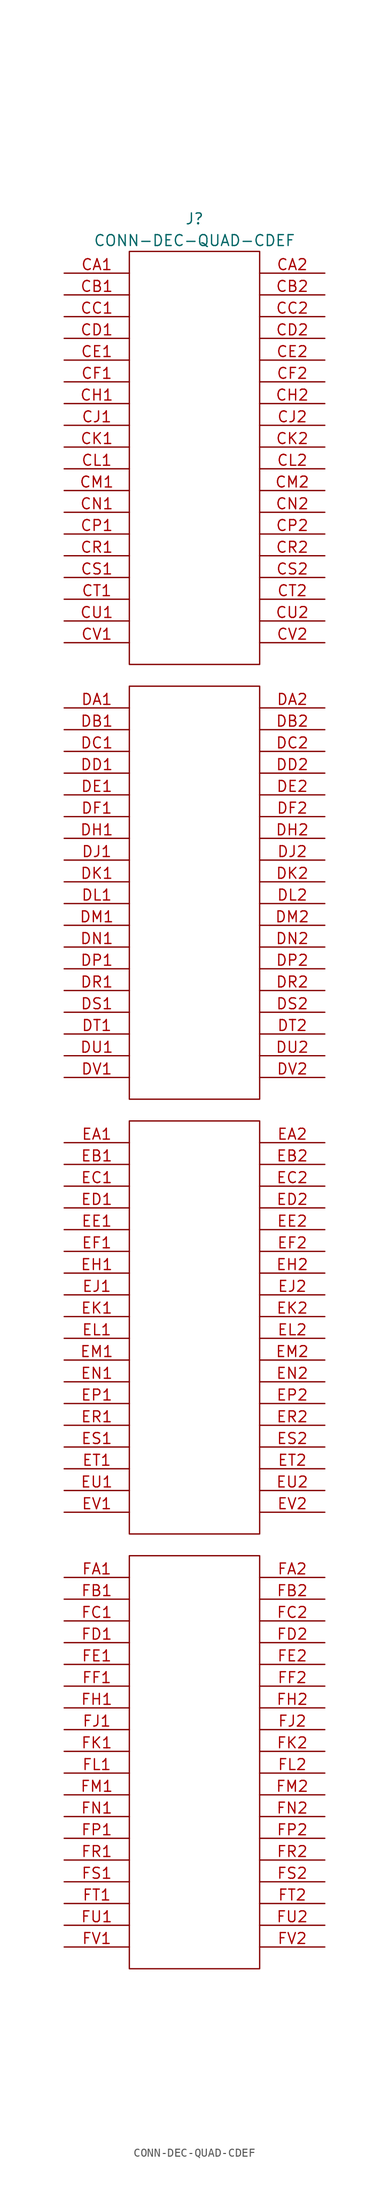
<source format=kicad_sym>
(kicad_symbol_lib
  (version 20220914)
  (generator kicad_symbol_editor)
  (symbol "CONN-DEC-QUAD-CDEF"
    (pin_names
      (offset 1.016) hide)
    (property "Reference" "J"
      (at 0 26.67 0)
      (effects (font (size 1.27 1.27))))
    (property "Value" "CONN-DEC-QUAD-CDEF"
      (at 0 24.13 0)
      (effects (font (size 1.27 1.27))))
    (property "Footprint" ""
      (at -5.08 24.13 0)
      (effects (font (size 1.524 1.524))))
    (property "Datasheet" ""
      (at -5.08 24.13 0)
      (effects (font (size 1.524 1.524))))
    (symbol "CONN-DEC-QUAD-CDEF_0_0"
      (rectangle (start -7.62 -177.8) (end 7.62 -129.54) (stroke (width 0) (type solid)) (fill (type none)))
      (rectangle (start -7.62 -127) (end 7.62 -78.74) (stroke (width 0) (type solid)) (fill (type none)))
      (rectangle (start -7.62 -76.2) (end 7.62 -27.94) (stroke (width 0) (type solid)) (fill (type none)))
      (rectangle (start -7.62 -25.4) (end 7.62 22.86) (stroke (width 0) (type solid)) (fill (type none))))
    (symbol "CONN-DEC-QUAD-CDEF_1_1"
      (pin passive line (at -15.24 20.32 0) (length 7.62) (name "~" (effects (font (size 1.27 1.27)))) (number "CA1" (effects (font (size 1.27 1.27)))))
      (pin passive line (at 15.24 20.32 180) (length 7.62) (name "~" (effects (font (size 1.27 1.27)))) (number "CA2" (effects (font (size 1.27 1.27)))))
      (pin passive line (at -15.24 17.78 0) (length 7.62) (name "~" (effects (font (size 1.27 1.27)))) (number "CB1" (effects (font (size 1.27 1.27)))))
      (pin passive line (at 15.24 17.78 180) (length 7.62) (name "~" (effects (font (size 1.27 1.27)))) (number "CB2" (effects (font (size 1.27 1.27)))))
      (pin passive line (at -15.24 15.24 0) (length 7.62) (name "~" (effects (font (size 1.27 1.27)))) (number "CC1" (effects (font (size 1.27 1.27)))))
      (pin passive line (at 15.24 15.24 180) (length 7.62) (name "~" (effects (font (size 1.27 1.27)))) (number "CC2" (effects (font (size 1.27 1.27)))))
      (pin passive line (at -15.24 12.7 0) (length 7.62) (name "~" (effects (font (size 1.27 1.27)))) (number "CD1" (effects (font (size 1.27 1.27)))))
      (pin passive line (at 15.24 12.7 180) (length 7.62) (name "~" (effects (font (size 1.27 1.27)))) (number "CD2" (effects (font (size 1.27 1.27)))))
      (pin passive line (at -15.24 10.16 0) (length 7.62) (name "~" (effects (font (size 1.27 1.27)))) (number "CE1" (effects (font (size 1.27 1.27)))))
      (pin passive line (at 15.24 10.16 180) (length 7.62) (name "~" (effects (font (size 1.27 1.27)))) (number "CE2" (effects (font (size 1.27 1.27)))))
      (pin passive line (at -15.24 7.62 0) (length 7.62) (name "~" (effects (font (size 1.27 1.27)))) (number "CF1" (effects (font (size 1.27 1.27)))))
      (pin passive line (at 15.24 7.62 180) (length 7.62) (name "~" (effects (font (size 1.27 1.27)))) (number "CF2" (effects (font (size 1.27 1.27)))))
      (pin passive line (at -15.24 5.08 0) (length 7.62) (name "~" (effects (font (size 1.27 1.27)))) (number "CH1" (effects (font (size 1.27 1.27)))))
      (pin passive line (at 15.24 5.08 180) (length 7.62) (name "~" (effects (font (size 1.27 1.27)))) (number "CH2" (effects (font (size 1.27 1.27)))))
      (pin passive line (at -15.24 2.54 0) (length 7.62) (name "~" (effects (font (size 1.27 1.27)))) (number "CJ1" (effects (font (size 1.27 1.27)))))
      (pin input line (at 15.24 2.54 180) (length 7.62) (name "~" (effects (font (size 1.27 1.27)))) (number "CJ2" (effects (font (size 1.27 1.27)))))
      (pin passive line (at -15.24 0 0) (length 7.62) (name "~" (effects (font (size 1.27 1.27)))) (number "CK1" (effects (font (size 1.27 1.27)))))
      (pin passive line (at 15.24 0 180) (length 7.62) (name "~" (effects (font (size 1.27 1.27)))) (number "CK2" (effects (font (size 1.27 1.27)))))
      (pin passive line (at -15.24 -2.54 0) (length 7.62) (name "~" (effects (font (size 1.27 1.27)))) (number "CL1" (effects (font (size 1.27 1.27)))))
      (pin passive line (at 15.24 -2.54 180) (length 7.62) (name "~" (effects (font (size 1.27 1.27)))) (number "CL2" (effects (font (size 1.27 1.27)))))
      (pin passive line (at -15.24 -5.08 0) (length 7.62) (name "~" (effects (font (size 1.27 1.27)))) (number "CM1" (effects (font (size 1.27 1.27)))))
      (pin passive line (at 15.24 -5.08 180) (length 7.62) (name "~" (effects (font (size 1.27 1.27)))) (number "CM2" (effects (font (size 1.27 1.27)))))
      (pin passive line (at -15.24 -7.62 0) (length 7.62) (name "~" (effects (font (size 1.27 1.27)))) (number "CN1" (effects (font (size 1.27 1.27)))))
      (pin passive line (at 15.24 -7.62 180) (length 7.62) (name "~" (effects (font (size 1.27 1.27)))) (number "CN2" (effects (font (size 1.27 1.27)))))
      (pin passive line (at -15.24 -10.16 0) (length 7.62) (name "~" (effects (font (size 1.27 1.27)))) (number "CP1" (effects (font (size 1.27 1.27)))))
      (pin passive line (at 15.24 -10.16 180) (length 7.62) (name "~" (effects (font (size 1.27 1.27)))) (number "CP2" (effects (font (size 1.27 1.27)))))
      (pin passive line (at -15.24 -12.7 0) (length 7.62) (name "~" (effects (font (size 1.27 1.27)))) (number "CR1" (effects (font (size 1.27 1.27)))))
      (pin passive line (at 15.24 -12.7 180) (length 7.62) (name "~" (effects (font (size 1.27 1.27)))) (number "CR2" (effects (font (size 1.27 1.27)))))
      (pin passive line (at -15.24 -15.24 0) (length 7.62) (name "~" (effects (font (size 1.27 1.27)))) (number "CS1" (effects (font (size 1.27 1.27)))))
      (pin passive line (at 15.24 -15.24 180) (length 7.62) (name "~" (effects (font (size 1.27 1.27)))) (number "CS2" (effects (font (size 1.27 1.27)))))
      (pin passive line (at -15.24 -17.78 0) (length 7.62) (name "~" (effects (font (size 1.27 1.27)))) (number "CT1" (effects (font (size 1.27 1.27)))))
      (pin passive line (at 15.24 -17.78 180) (length 7.62) (name "~" (effects (font (size 1.27 1.27)))) (number "CT2" (effects (font (size 1.27 1.27)))))
      (pin passive line (at -15.24 -20.32 0) (length 7.62) (name "~" (effects (font (size 1.27 1.27)))) (number "CU1" (effects (font (size 1.27 1.27)))))
      (pin passive line (at 15.24 -20.32 180) (length 7.62) (name "~" (effects (font (size 1.27 1.27)))) (number "CU2" (effects (font (size 1.27 1.27)))))
      (pin passive line (at -15.24 -22.86 0) (length 7.62) (name "~" (effects (font (size 1.27 1.27)))) (number "CV1" (effects (font (size 1.27 1.27)))))
      (pin passive line (at 15.24 -22.86 180) (length 7.62) (name "~" (effects (font (size 1.27 1.27)))) (number "CV2" (effects (font (size 1.27 1.27)))))
      (pin passive line (at -15.24 -30.48 0) (length 7.62) (name "~" (effects (font (size 1.27 1.27)))) (number "DA1" (effects (font (size 1.27 1.27)))))
      (pin passive line (at 15.24 -30.48 180) (length 7.62) (name "~" (effects (font (size 1.27 1.27)))) (number "DA2" (effects (font (size 1.27 1.27)))))
      (pin passive line (at -15.24 -33.02 0) (length 7.62) (name "~" (effects (font (size 1.27 1.27)))) (number "DB1" (effects (font (size 1.27 1.27)))))
      (pin passive line (at 15.24 -33.02 180) (length 7.62) (name "~" (effects (font (size 1.27 1.27)))) (number "DB2" (effects (font (size 1.27 1.27)))))
      (pin passive line (at -15.24 -35.56 0) (length 7.62) (name "~" (effects (font (size 1.27 1.27)))) (number "DC1" (effects (font (size 1.27 1.27)))))
      (pin passive line (at 15.24 -35.56 180) (length 7.62) (name "~" (effects (font (size 1.27 1.27)))) (number "DC2" (effects (font (size 1.27 1.27)))))
      (pin passive line (at -15.24 -38.1 0) (length 7.62) (name "~" (effects (font (size 1.27 1.27)))) (number "DD1" (effects (font (size 1.27 1.27)))))
      (pin passive line (at 15.24 -38.1 180) (length 7.62) (name "~" (effects (font (size 1.27 1.27)))) (number "DD2" (effects (font (size 1.27 1.27)))))
      (pin passive line (at -15.24 -40.64 0) (length 7.62) (name "~" (effects (font (size 1.27 1.27)))) (number "DE1" (effects (font (size 1.27 1.27)))))
      (pin passive line (at 15.24 -40.64 180) (length 7.62) (name "~" (effects (font (size 1.27 1.27)))) (number "DE2" (effects (font (size 1.27 1.27)))))
      (pin passive line (at -15.24 -43.18 0) (length 7.62) (name "~" (effects (font (size 1.27 1.27)))) (number "DF1" (effects (font (size 1.27 1.27)))))
      (pin passive line (at 15.24 -43.18 180) (length 7.62) (name "~" (effects (font (size 1.27 1.27)))) (number "DF2" (effects (font (size 1.27 1.27)))))
      (pin passive line (at -15.24 -45.72 0) (length 7.62) (name "~" (effects (font (size 1.27 1.27)))) (number "DH1" (effects (font (size 1.27 1.27)))))
      (pin passive line (at 15.24 -45.72 180) (length 7.62) (name "~" (effects (font (size 1.27 1.27)))) (number "DH2" (effects (font (size 1.27 1.27)))))
      (pin passive line (at -15.24 -48.26 0) (length 7.62) (name "~" (effects (font (size 1.27 1.27)))) (number "DJ1" (effects (font (size 1.27 1.27)))))
      (pin passive line (at 15.24 -48.26 180) (length 7.62) (name "~" (effects (font (size 1.27 1.27)))) (number "DJ2" (effects (font (size 1.27 1.27)))))
      (pin passive line (at -15.24 -50.8 0) (length 7.62) (name "~" (effects (font (size 1.27 1.27)))) (number "DK1" (effects (font (size 1.27 1.27)))))
      (pin passive line (at 15.24 -50.8 180) (length 7.62) (name "~" (effects (font (size 1.27 1.27)))) (number "DK2" (effects (font (size 1.27 1.27)))))
      (pin passive line (at -15.24 -53.34 0) (length 7.62) (name "~" (effects (font (size 1.27 1.27)))) (number "DL1" (effects (font (size 1.27 1.27)))))
      (pin passive line (at 15.24 -53.34 180) (length 7.62) (name "~" (effects (font (size 1.27 1.27)))) (number "DL2" (effects (font (size 1.27 1.27)))))
      (pin passive line (at -15.24 -55.88 0) (length 7.62) (name "~" (effects (font (size 1.27 1.27)))) (number "DM1" (effects (font (size 1.27 1.27)))))
      (pin passive line (at 15.24 -55.88 180) (length 7.62) (name "~" (effects (font (size 1.27 1.27)))) (number "DM2" (effects (font (size 1.27 1.27)))))
      (pin passive line (at -15.24 -58.42 0) (length 7.62) (name "~" (effects (font (size 1.27 1.27)))) (number "DN1" (effects (font (size 1.27 1.27)))))
      (pin passive line (at 15.24 -58.42 180) (length 7.62) (name "~" (effects (font (size 1.27 1.27)))) (number "DN2" (effects (font (size 1.27 1.27)))))
      (pin passive line (at -15.24 -60.96 0) (length 7.62) (name "~" (effects (font (size 1.27 1.27)))) (number "DP1" (effects (font (size 1.27 1.27)))))
      (pin passive line (at 15.24 -60.96 180) (length 7.62) (name "~" (effects (font (size 1.27 1.27)))) (number "DP2" (effects (font (size 1.27 1.27)))))
      (pin passive line (at -15.24 -63.5 0) (length 7.62) (name "~" (effects (font (size 1.27 1.27)))) (number "DR1" (effects (font (size 1.27 1.27)))))
      (pin passive line (at 15.24 -63.5 180) (length 7.62) (name "~" (effects (font (size 1.27 1.27)))) (number "DR2" (effects (font (size 1.27 1.27)))))
      (pin passive line (at -15.24 -66.04 0) (length 7.62) (name "~" (effects (font (size 1.27 1.27)))) (number "DS1" (effects (font (size 1.27 1.27)))))
      (pin passive line (at 15.24 -66.04 180) (length 7.62) (name "~" (effects (font (size 1.27 1.27)))) (number "DS2" (effects (font (size 1.27 1.27)))))
      (pin passive line (at -15.24 -68.58 0) (length 7.62) (name "~" (effects (font (size 1.27 1.27)))) (number "DT1" (effects (font (size 1.27 1.27)))))
      (pin passive line (at 15.24 -68.58 180) (length 7.62) (name "~" (effects (font (size 1.27 1.27)))) (number "DT2" (effects (font (size 1.27 1.27)))))
      (pin passive line (at -15.24 -71.12 0) (length 7.62) (name "~" (effects (font (size 1.27 1.27)))) (number "DU1" (effects (font (size 1.27 1.27)))))
      (pin passive line (at 15.24 -71.12 180) (length 7.62) (name "~" (effects (font (size 1.27 1.27)))) (number "DU2" (effects (font (size 1.27 1.27)))))
      (pin passive line (at -15.24 -73.66 0) (length 7.62) (name "~" (effects (font (size 1.27 1.27)))) (number "DV1" (effects (font (size 1.27 1.27)))))
      (pin open_collector line (at 15.24 -73.66 180) (length 7.62) (name "~" (effects (font (size 1.27 1.27)))) (number "DV2" (effects (font (size 1.27 1.27)))))
      (pin passive line (at -15.24 -81.28 0) (length 7.62) (name "~" (effects (font (size 1.27 1.27)))) (number "EA1" (effects (font (size 1.27 1.27)))))
      (pin passive line (at 15.24 -81.28 180) (length 7.62) (name "~" (effects (font (size 1.27 1.27)))) (number "EA2" (effects (font (size 1.27 1.27)))))
      (pin passive line (at -15.24 -83.82 0) (length 7.62) (name "~" (effects (font (size 1.27 1.27)))) (number "EB1" (effects (font (size 1.27 1.27)))))
      (pin passive line (at 15.24 -83.82 180) (length 7.62) (name "~" (effects (font (size 1.27 1.27)))) (number "EB2" (effects (font (size 1.27 1.27)))))
      (pin passive line (at -15.24 -86.36 0) (length 7.62) (name "~" (effects (font (size 1.27 1.27)))) (number "EC1" (effects (font (size 1.27 1.27)))))
      (pin passive line (at 15.24 -86.36 180) (length 7.62) (name "~" (effects (font (size 1.27 1.27)))) (number "EC2" (effects (font (size 1.27 1.27)))))
      (pin passive line (at -15.24 -88.9 0) (length 7.62) (name "~" (effects (font (size 1.27 1.27)))) (number "ED1" (effects (font (size 1.27 1.27)))))
      (pin passive line (at 15.24 -88.9 180) (length 7.62) (name "~" (effects (font (size 1.27 1.27)))) (number "ED2" (effects (font (size 1.27 1.27)))))
      (pin passive line (at -15.24 -91.44 0) (length 7.62) (name "~" (effects (font (size 1.27 1.27)))) (number "EE1" (effects (font (size 1.27 1.27)))))
      (pin passive line (at 15.24 -91.44 180) (length 7.62) (name "~" (effects (font (size 1.27 1.27)))) (number "EE2" (effects (font (size 1.27 1.27)))))
      (pin passive line (at -15.24 -93.98 0) (length 7.62) (name "~" (effects (font (size 1.27 1.27)))) (number "EF1" (effects (font (size 1.27 1.27)))))
      (pin passive line (at 15.24 -93.98 180) (length 7.62) (name "~" (effects (font (size 1.27 1.27)))) (number "EF2" (effects (font (size 1.27 1.27)))))
      (pin passive line (at -15.24 -96.52 0) (length 7.62) (name "~" (effects (font (size 1.27 1.27)))) (number "EH1" (effects (font (size 1.27 1.27)))))
      (pin passive line (at 15.24 -96.52 180) (length 7.62) (name "~" (effects (font (size 1.27 1.27)))) (number "EH2" (effects (font (size 1.27 1.27)))))
      (pin passive line (at -15.24 -99.06 0) (length 7.62) (name "~" (effects (font (size 1.27 1.27)))) (number "EJ1" (effects (font (size 1.27 1.27)))))
      (pin input line (at 15.24 -99.06 180) (length 7.62) (name "~" (effects (font (size 1.27 1.27)))) (number "EJ2" (effects (font (size 1.27 1.27)))))
      (pin passive line (at -15.24 -101.6 0) (length 7.62) (name "~" (effects (font (size 1.27 1.27)))) (number "EK1" (effects (font (size 1.27 1.27)))))
      (pin passive line (at 15.24 -101.6 180) (length 7.62) (name "~" (effects (font (size 1.27 1.27)))) (number "EK2" (effects (font (size 1.27 1.27)))))
      (pin passive line (at -15.24 -104.14 0) (length 7.62) (name "~" (effects (font (size 1.27 1.27)))) (number "EL1" (effects (font (size 1.27 1.27)))))
      (pin passive line (at 15.24 -104.14 180) (length 7.62) (name "~" (effects (font (size 1.27 1.27)))) (number "EL2" (effects (font (size 1.27 1.27)))))
      (pin passive line (at -15.24 -106.68 0) (length 7.62) (name "~" (effects (font (size 1.27 1.27)))) (number "EM1" (effects (font (size 1.27 1.27)))))
      (pin passive line (at 15.24 -106.68 180) (length 7.62) (name "~" (effects (font (size 1.27 1.27)))) (number "EM2" (effects (font (size 1.27 1.27)))))
      (pin passive line (at -15.24 -109.22 0) (length 7.62) (name "~" (effects (font (size 1.27 1.27)))) (number "EN1" (effects (font (size 1.27 1.27)))))
      (pin passive line (at 15.24 -109.22 180) (length 7.62) (name "~" (effects (font (size 1.27 1.27)))) (number "EN2" (effects (font (size 1.27 1.27)))))
      (pin passive line (at -15.24 -111.76 0) (length 7.62) (name "~" (effects (font (size 1.27 1.27)))) (number "EP1" (effects (font (size 1.27 1.27)))))
      (pin passive line (at 15.24 -111.76 180) (length 7.62) (name "~" (effects (font (size 1.27 1.27)))) (number "EP2" (effects (font (size 1.27 1.27)))))
      (pin passive line (at -15.24 -114.3 0) (length 7.62) (name "~" (effects (font (size 1.27 1.27)))) (number "ER1" (effects (font (size 1.27 1.27)))))
      (pin passive line (at 15.24 -114.3 180) (length 7.62) (name "~" (effects (font (size 1.27 1.27)))) (number "ER2" (effects (font (size 1.27 1.27)))))
      (pin passive line (at -15.24 -116.84 0) (length 7.62) (name "~" (effects (font (size 1.27 1.27)))) (number "ES1" (effects (font (size 1.27 1.27)))))
      (pin passive line (at 15.24 -116.84 180) (length 7.62) (name "~" (effects (font (size 1.27 1.27)))) (number "ES2" (effects (font (size 1.27 1.27)))))
      (pin passive line (at -15.24 -119.38 0) (length 7.62) (name "~" (effects (font (size 1.27 1.27)))) (number "ET1" (effects (font (size 1.27 1.27)))))
      (pin passive line (at 15.24 -119.38 180) (length 7.62) (name "~" (effects (font (size 1.27 1.27)))) (number "ET2" (effects (font (size 1.27 1.27)))))
      (pin passive line (at -15.24 -121.92 0) (length 7.62) (name "~" (effects (font (size 1.27 1.27)))) (number "EU1" (effects (font (size 1.27 1.27)))))
      (pin passive line (at 15.24 -121.92 180) (length 7.62) (name "~" (effects (font (size 1.27 1.27)))) (number "EU2" (effects (font (size 1.27 1.27)))))
      (pin passive line (at -15.24 -124.46 0) (length 7.62) (name "~" (effects (font (size 1.27 1.27)))) (number "EV1" (effects (font (size 1.27 1.27)))))
      (pin passive line (at 15.24 -124.46 180) (length 7.62) (name "~" (effects (font (size 1.27 1.27)))) (number "EV2" (effects (font (size 1.27 1.27)))))
      (pin passive line (at -15.24 -132.08 0) (length 7.62) (name "~" (effects (font (size 1.27 1.27)))) (number "FA1" (effects (font (size 1.27 1.27)))))
      (pin passive line (at 15.24 -132.08 180) (length 7.62) (name "~" (effects (font (size 1.27 1.27)))) (number "FA2" (effects (font (size 1.27 1.27)))))
      (pin passive line (at -15.24 -134.62 0) (length 7.62) (name "~" (effects (font (size 1.27 1.27)))) (number "FB1" (effects (font (size 1.27 1.27)))))
      (pin passive line (at 15.24 -134.62 180) (length 7.62) (name "~" (effects (font (size 1.27 1.27)))) (number "FB2" (effects (font (size 1.27 1.27)))))
      (pin passive line (at -15.24 -137.16 0) (length 7.62) (name "~" (effects (font (size 1.27 1.27)))) (number "FC1" (effects (font (size 1.27 1.27)))))
      (pin passive line (at 15.24 -137.16 180) (length 7.62) (name "~" (effects (font (size 1.27 1.27)))) (number "FC2" (effects (font (size 1.27 1.27)))))
      (pin passive line (at -15.24 -139.7 0) (length 7.62) (name "~" (effects (font (size 1.27 1.27)))) (number "FD1" (effects (font (size 1.27 1.27)))))
      (pin passive line (at 15.24 -139.7 180) (length 7.62) (name "~" (effects (font (size 1.27 1.27)))) (number "FD2" (effects (font (size 1.27 1.27)))))
      (pin passive line (at -15.24 -142.24 0) (length 7.62) (name "~" (effects (font (size 1.27 1.27)))) (number "FE1" (effects (font (size 1.27 1.27)))))
      (pin passive line (at 15.24 -142.24 180) (length 7.62) (name "~" (effects (font (size 1.27 1.27)))) (number "FE2" (effects (font (size 1.27 1.27)))))
      (pin passive line (at -15.24 -144.78 0) (length 7.62) (name "~" (effects (font (size 1.27 1.27)))) (number "FF1" (effects (font (size 1.27 1.27)))))
      (pin passive line (at 15.24 -144.78 180) (length 7.62) (name "~" (effects (font (size 1.27 1.27)))) (number "FF2" (effects (font (size 1.27 1.27)))))
      (pin passive line (at -15.24 -147.32 0) (length 7.62) (name "~" (effects (font (size 1.27 1.27)))) (number "FH1" (effects (font (size 1.27 1.27)))))
      (pin passive line (at 15.24 -147.32 180) (length 7.62) (name "~" (effects (font (size 1.27 1.27)))) (number "FH2" (effects (font (size 1.27 1.27)))))
      (pin passive line (at -15.24 -149.86 0) (length 7.62) (name "~" (effects (font (size 1.27 1.27)))) (number "FJ1" (effects (font (size 1.27 1.27)))))
      (pin passive line (at 15.24 -149.86 180) (length 7.62) (name "~" (effects (font (size 1.27 1.27)))) (number "FJ2" (effects (font (size 1.27 1.27)))))
      (pin passive line (at -15.24 -152.4 0) (length 7.62) (name "~" (effects (font (size 1.27 1.27)))) (number "FK1" (effects (font (size 1.27 1.27)))))
      (pin passive line (at 15.24 -152.4 180) (length 7.62) (name "~" (effects (font (size 1.27 1.27)))) (number "FK2" (effects (font (size 1.27 1.27)))))
      (pin passive line (at -15.24 -154.94 0) (length 7.62) (name "~" (effects (font (size 1.27 1.27)))) (number "FL1" (effects (font (size 1.27 1.27)))))
      (pin passive line (at 15.24 -154.94 180) (length 7.62) (name "~" (effects (font (size 1.27 1.27)))) (number "FL2" (effects (font (size 1.27 1.27)))))
      (pin passive line (at -15.24 -157.48 0) (length 7.62) (name "~" (effects (font (size 1.27 1.27)))) (number "FM1" (effects (font (size 1.27 1.27)))))
      (pin passive line (at 15.24 -157.48 180) (length 7.62) (name "~" (effects (font (size 1.27 1.27)))) (number "FM2" (effects (font (size 1.27 1.27)))))
      (pin passive line (at -15.24 -160.02 0) (length 7.62) (name "~" (effects (font (size 1.27 1.27)))) (number "FN1" (effects (font (size 1.27 1.27)))))
      (pin passive line (at 15.24 -160.02 180) (length 7.62) (name "~" (effects (font (size 1.27 1.27)))) (number "FN2" (effects (font (size 1.27 1.27)))))
      (pin passive line (at -15.24 -162.56 0) (length 7.62) (name "~" (effects (font (size 1.27 1.27)))) (number "FP1" (effects (font (size 1.27 1.27)))))
      (pin passive line (at 15.24 -162.56 180) (length 7.62) (name "~" (effects (font (size 1.27 1.27)))) (number "FP2" (effects (font (size 1.27 1.27)))))
      (pin passive line (at -15.24 -165.1 0) (length 7.62) (name "~" (effects (font (size 1.27 1.27)))) (number "FR1" (effects (font (size 1.27 1.27)))))
      (pin passive line (at 15.24 -165.1 180) (length 7.62) (name "~" (effects (font (size 1.27 1.27)))) (number "FR2" (effects (font (size 1.27 1.27)))))
      (pin passive line (at -15.24 -167.64 0) (length 7.62) (name "~" (effects (font (size 1.27 1.27)))) (number "FS1" (effects (font (size 1.27 1.27)))))
      (pin passive line (at 15.24 -167.64 180) (length 7.62) (name "~" (effects (font (size 1.27 1.27)))) (number "FS2" (effects (font (size 1.27 1.27)))))
      (pin passive line (at -15.24 -170.18 0) (length 7.62) (name "~" (effects (font (size 1.27 1.27)))) (number "FT1" (effects (font (size 1.27 1.27)))))
      (pin passive line (at 15.24 -170.18 180) (length 7.62) (name "~" (effects (font (size 1.27 1.27)))) (number "FT2" (effects (font (size 1.27 1.27)))))
      (pin passive line (at -15.24 -172.72 0) (length 7.62) (name "~" (effects (font (size 1.27 1.27)))) (number "FU1" (effects (font (size 1.27 1.27)))))
      (pin passive line (at 15.24 -172.72 180) (length 7.62) (name "~" (effects (font (size 1.27 1.27)))) (number "FU2" (effects (font (size 1.27 1.27)))))
      (pin passive line (at -15.24 -175.26 0) (length 7.62) (name "~" (effects (font (size 1.27 1.27)))) (number "FV1" (effects (font (size 1.27 1.27)))))
      (pin open_collector line (at 15.24 -175.26 180) (length 7.62) (name "~" (effects (font (size 1.27 1.27)))) (number "FV2" (effects (font (size 1.27 1.27))))))))
</source>
